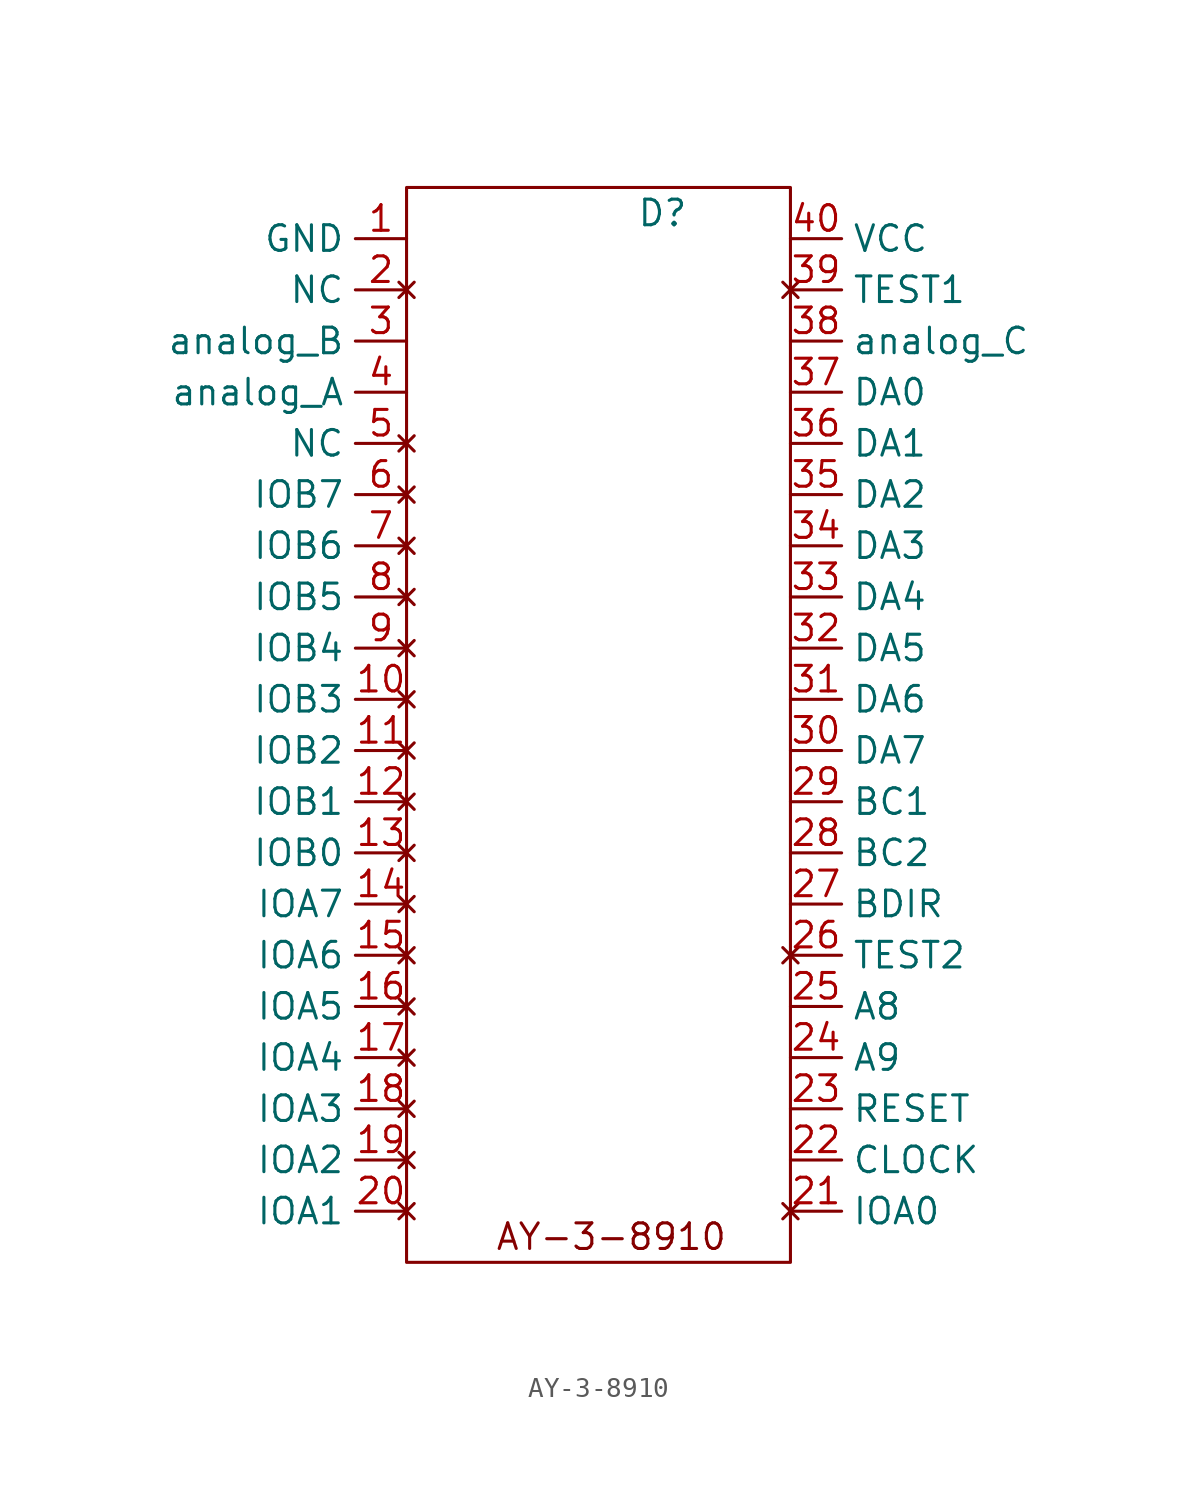
<source format=kicad_sym>
(kicad_symbol_lib
  (version 20220914)
  (generator kicad_symbol_editor)
  (symbol "AY-3-8910"
    (property "Reference" "D"
      (at 2.54 24.13 0)
      (effects (font (size 1.27 1.27))))
    (property "Value" ""
      (at -10.16 22.86 0)
      (effects (font (size 1.27 1.27))))
    (symbol "AY-3-8910_0_0"
      (pin power_in line (at -10.16 22.86 180) (length 2.54) (name "GND" (effects (font (size 1.27 1.27)))) (number "1" (effects (font (size 1.27 1.27)))))
      (pin no_connect line (at -10.16 0 180) (length 2.54) (name "IOB3" (effects (font (size 1.27 1.27)))) (number "10" (effects (font (size 1.27 1.27)))))
      (pin no_connect line (at -10.16 -2.54 180) (length 2.54) (name "IOB2" (effects (font (size 1.27 1.27)))) (number "11" (effects (font (size 1.27 1.27)))))
      (pin no_connect line (at -10.16 -5.08 180) (length 2.54) (name "IOB1" (effects (font (size 1.27 1.27)))) (number "12" (effects (font (size 1.27 1.27)))))
      (pin no_connect line (at -10.16 -7.62 180) (length 2.54) (name "IOB0" (effects (font (size 1.27 1.27)))) (number "13" (effects (font (size 1.27 1.27)))))
      (pin no_connect line (at -10.16 -10.16 180) (length 2.54) (name "IOA7" (effects (font (size 1.27 1.27)))) (number "14" (effects (font (size 1.27 1.27)))))
      (pin no_connect line (at -10.16 -12.7 180) (length 2.54) (name "IOA6" (effects (font (size 1.27 1.27)))) (number "15" (effects (font (size 1.27 1.27)))))
      (pin no_connect line (at -10.16 -15.24 180) (length 2.54) (name "IOA5" (effects (font (size 1.27 1.27)))) (number "16" (effects (font (size 1.27 1.27)))))
      (pin no_connect line (at -10.16 -17.78 180) (length 2.54) (name "IOA4" (effects (font (size 1.27 1.27)))) (number "17" (effects (font (size 1.27 1.27)))))
      (pin no_connect line (at -10.16 -20.32 180) (length 2.54) (name "IOA3" (effects (font (size 1.27 1.27)))) (number "18" (effects (font (size 1.27 1.27)))))
      (pin no_connect line (at -10.16 -22.86 180) (length 2.54) (name "IOA2" (effects (font (size 1.27 1.27)))) (number "19" (effects (font (size 1.27 1.27)))))
      (pin no_connect line (at -10.16 20.32 180) (length 2.54) (name "NC" (effects (font (size 1.27 1.27)))) (number "2" (effects (font (size 1.27 1.27)))))
      (pin no_connect line (at -10.16 -25.4 180) (length 2.54) (name "IOA1" (effects (font (size 1.27 1.27)))) (number "20" (effects (font (size 1.27 1.27)))))
      (pin no_connect line (at 8.89 -25.4 0) (length 2.54) (name "IOA0" (effects (font (size 1.27 1.27)))) (number "21" (effects (font (size 1.27 1.27)))))
      (pin input line (at 8.89 -22.86 0) (length 2.54) (name "CLOCK" (effects (font (size 1.27 1.27)))) (number "22" (effects (font (size 1.27 1.27)))))
      (pin input line (at 8.89 -20.32 0) (length 2.54) (name "RESET" (effects (font (size 1.27 1.27)))) (number "23" (effects (font (size 1.27 1.27)))))
      (pin input line (at 8.89 -17.78 0) (length 2.54) (name "A9" (effects (font (size 1.27 1.27)))) (number "24" (effects (font (size 1.27 1.27)))))
      (pin input line (at 8.89 -15.24 0) (length 2.54) (name "A8" (effects (font (size 1.27 1.27)))) (number "25" (effects (font (size 1.27 1.27)))))
      (pin no_connect line (at 8.89 -12.7 0) (length 2.54) (name "TEST2" (effects (font (size 1.27 1.27)))) (number "26" (effects (font (size 1.27 1.27)))))
      (pin bidirectional line (at 8.89 -10.16 0) (length 2.54) (name "BDIR" (effects (font (size 1.27 1.27)))) (number "27" (effects (font (size 1.27 1.27)))))
      (pin bidirectional line (at 8.89 -7.62 0) (length 2.54) (name "BC2" (effects (font (size 1.27 1.27)))) (number "28" (effects (font (size 1.27 1.27)))))
      (pin bidirectional line (at 8.89 -5.08 0) (length 2.54) (name "BC1" (effects (font (size 1.27 1.27)))) (number "29" (effects (font (size 1.27 1.27)))))
      (pin output line (at -10.16 17.78 180) (length 2.54) (name "analog_B" (effects (font (size 1.27 1.27)))) (number "3" (effects (font (size 1.27 1.27)))))
      (pin input line (at 8.89 -2.54 0) (length 2.54) (name "DA7" (effects (font (size 1.27 1.27)))) (number "30" (effects (font (size 1.27 1.27)))))
      (pin input line (at 8.89 0 0) (length 2.54) (name "DA6" (effects (font (size 1.27 1.27)))) (number "31" (effects (font (size 1.27 1.27)))))
      (pin input line (at 8.89 2.54 0) (length 2.54) (name "DA5" (effects (font (size 1.27 1.27)))) (number "32" (effects (font (size 1.27 1.27)))))
      (pin input line (at 8.89 5.08 0) (length 2.54) (name "DA4" (effects (font (size 1.27 1.27)))) (number "33" (effects (font (size 1.27 1.27)))))
      (pin input line (at 8.89 7.62 0) (length 2.54) (name "DA3" (effects (font (size 1.27 1.27)))) (number "34" (effects (font (size 1.27 1.27)))))
      (pin input line (at 8.89 10.16 0) (length 2.54) (name "DA2" (effects (font (size 1.27 1.27)))) (number "35" (effects (font (size 1.27 1.27)))))
      (pin input line (at 8.89 12.7 0) (length 2.54) (name "DA1" (effects (font (size 1.27 1.27)))) (number "36" (effects (font (size 1.27 1.27)))))
      (pin input line (at 8.89 15.24 0) (length 2.54) (name "DA0" (effects (font (size 1.27 1.27)))) (number "37" (effects (font (size 1.27 1.27)))))
      (pin output line (at 8.89 17.78 0) (length 2.54) (name "analog_C" (effects (font (size 1.27 1.27)))) (number "38" (effects (font (size 1.27 1.27)))))
      (pin no_connect line (at 8.89 20.32 0) (length 2.54) (name "TEST1" (effects (font (size 1.27 1.27)))) (number "39" (effects (font (size 1.27 1.27)))))
      (pin output line (at -10.16 15.24 180) (length 2.54) (name "analog_A" (effects (font (size 1.27 1.27)))) (number "4" (effects (font (size 1.27 1.27)))))
      (pin power_in line (at 8.89 22.86 0) (length 2.54) (name "VCC" (effects (font (size 1.27 1.27)))) (number "40" (effects (font (size 1.27 1.27)))))
      (pin no_connect line (at -10.16 12.7 180) (length 2.54) (name "NC" (effects (font (size 1.27 1.27)))) (number "5" (effects (font (size 1.27 1.27)))))
      (pin no_connect line (at -10.16 10.16 180) (length 2.54) (name "IOB7" (effects (font (size 1.27 1.27)))) (number "6" (effects (font (size 1.27 1.27)))))
      (pin no_connect line (at -10.16 7.62 180) (length 2.54) (name "IOB6" (effects (font (size 1.27 1.27)))) (number "7" (effects (font (size 1.27 1.27)))))
      (pin no_connect line (at -10.16 5.08 180) (length 2.54) (name "IOB5" (effects (font (size 1.27 1.27)))) (number "8" (effects (font (size 1.27 1.27)))))
      (pin no_connect line (at -10.16 2.54 180) (length 2.54) (name "IOB4" (effects (font (size 1.27 1.27)))) (number "9" (effects (font (size 1.27 1.27))))))
    (symbol "AY-3-8910_0_1"
      (rectangle (start -10.16 25.4) (end 8.89 -27.94) (stroke (width 0) (type default)) (fill (type none))))
    (symbol "AY-3-8910_1_1"
      (text "AY-3-8910" (at 0 -26.67 0) (effects (font (size 1.27 1.27)))))))
</source>
